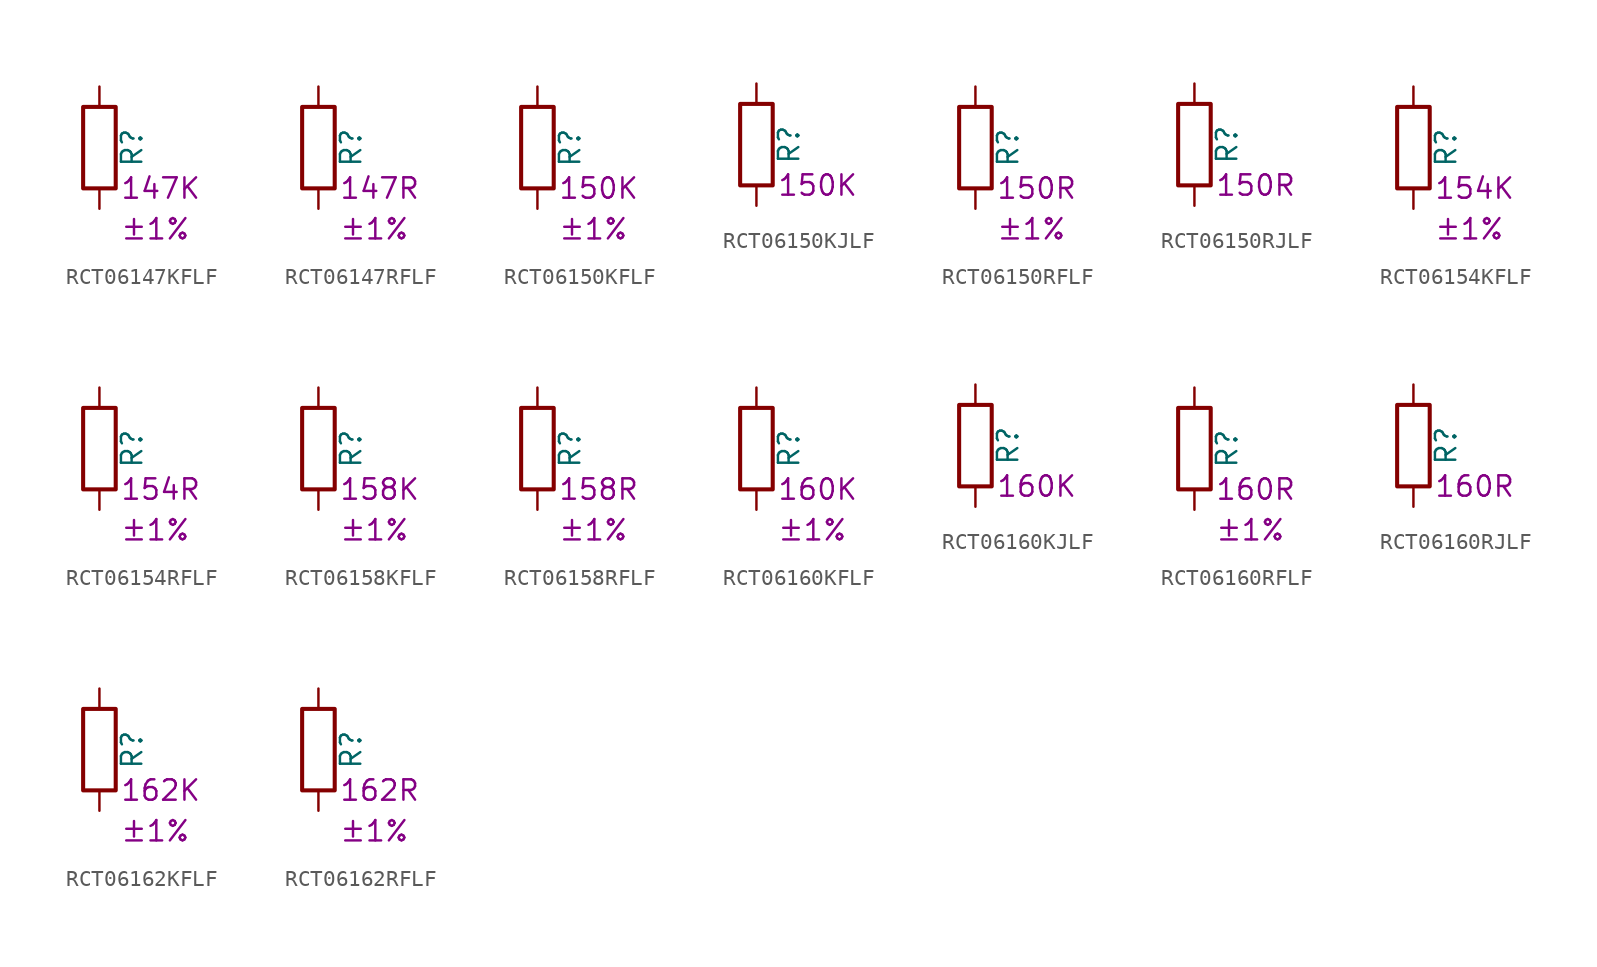
<source format=kicad_sym>
(kicad_symbol_lib
  (version 20220914)
  (generator kicad_symbol_editor)
  (symbol "RCT06147KFLF"
    (pin_numbers hide)
    (pin_names
      (offset 0))
    (property "Reference" "R"
      (at 2.032 0 90)
      (effects (font (size 1.27 1.27))))
    (property "Resistance" "147K"
      (at 1.27 -2.54 0)
      (effects (font (size 1.27 1.27)) (justify left)))
    (property "Tolerance" "±1%"
      (at 1.27 -5.08 0)
      (effects (font (size 1.27 1.27)) (justify left)))
    (symbol "RCT06147KFLF_0_1"
      (rectangle (start -1.016 -2.54) (end 1.016 2.54) (stroke (width 0.254) (type default)) (fill (type none))))
    (symbol "RCT06147KFLF_1_1"
      (pin passive line (at 0 3.81 270) (length 1.27) (name "~" (effects (font (size 1.27 1.27)))) (number "1" (effects (font (size 1.27 1.27)))))
      (pin passive line (at 0 -3.81 90) (length 1.27) (name "~" (effects (font (size 1.27 1.27)))) (number "2" (effects (font (size 1.27 1.27)))))))
  (symbol "RCT06147RFLF"
    (pin_numbers hide)
    (pin_names
      (offset 0))
    (property "Reference" "R"
      (at 2.032 0 90)
      (effects (font (size 1.27 1.27))))
    (property "Resistance" "147R"
      (at 1.27 -2.54 0)
      (effects (font (size 1.27 1.27)) (justify left)))
    (property "Tolerance" "±1%"
      (at 1.27 -5.08 0)
      (effects (font (size 1.27 1.27)) (justify left)))
    (symbol "RCT06147RFLF_0_1"
      (rectangle (start -1.016 -2.54) (end 1.016 2.54) (stroke (width 0.254) (type default)) (fill (type none))))
    (symbol "RCT06147RFLF_1_1"
      (pin passive line (at 0 3.81 270) (length 1.27) (name "~" (effects (font (size 1.27 1.27)))) (number "1" (effects (font (size 1.27 1.27)))))
      (pin passive line (at 0 -3.81 90) (length 1.27) (name "~" (effects (font (size 1.27 1.27)))) (number "2" (effects (font (size 1.27 1.27)))))))
  (symbol "RCT06150KFLF"
    (pin_numbers hide)
    (pin_names
      (offset 0))
    (property "Reference" "R"
      (at 2.032 0 90)
      (effects (font (size 1.27 1.27))))
    (property "Resistance" "150K"
      (at 1.27 -2.54 0)
      (effects (font (size 1.27 1.27)) (justify left)))
    (property "Tolerance" "±1%"
      (at 1.27 -5.08 0)
      (effects (font (size 1.27 1.27)) (justify left)))
    (symbol "RCT06150KFLF_0_1"
      (rectangle (start -1.016 -2.54) (end 1.016 2.54) (stroke (width 0.254) (type default)) (fill (type none))))
    (symbol "RCT06150KFLF_1_1"
      (pin passive line (at 0 3.81 270) (length 1.27) (name "~" (effects (font (size 1.27 1.27)))) (number "1" (effects (font (size 1.27 1.27)))))
      (pin passive line (at 0 -3.81 90) (length 1.27) (name "~" (effects (font (size 1.27 1.27)))) (number "2" (effects (font (size 1.27 1.27)))))))
  (symbol "RCT06150KJLF"
    (pin_numbers hide)
    (pin_names
      (offset 0))
    (property "Reference" "R"
      (at 2.032 0 90)
      (effects (font (size 1.27 1.27))))
    (property "Resistance" "150K"
      (at 1.27 -2.54 0)
      (effects (font (size 1.27 1.27)) (justify left)))
    (symbol "RCT06150KJLF_0_1"
      (rectangle (start -1.016 -2.54) (end 1.016 2.54) (stroke (width 0.254) (type default)) (fill (type none))))
    (symbol "RCT06150KJLF_1_1"
      (pin passive line (at 0 3.81 270) (length 1.27) (name "~" (effects (font (size 1.27 1.27)))) (number "1" (effects (font (size 1.27 1.27)))))
      (pin passive line (at 0 -3.81 90) (length 1.27) (name "~" (effects (font (size 1.27 1.27)))) (number "2" (effects (font (size 1.27 1.27)))))))
  (symbol "RCT06150RFLF"
    (pin_numbers hide)
    (pin_names
      (offset 0))
    (property "Reference" "R"
      (at 2.032 0 90)
      (effects (font (size 1.27 1.27))))
    (property "Resistance" "150R"
      (at 1.27 -2.54 0)
      (effects (font (size 1.27 1.27)) (justify left)))
    (property "Tolerance" "±1%"
      (at 1.27 -5.08 0)
      (effects (font (size 1.27 1.27)) (justify left)))
    (symbol "RCT06150RFLF_0_1"
      (rectangle (start -1.016 -2.54) (end 1.016 2.54) (stroke (width 0.254) (type default)) (fill (type none))))
    (symbol "RCT06150RFLF_1_1"
      (pin passive line (at 0 3.81 270) (length 1.27) (name "~" (effects (font (size 1.27 1.27)))) (number "1" (effects (font (size 1.27 1.27)))))
      (pin passive line (at 0 -3.81 90) (length 1.27) (name "~" (effects (font (size 1.27 1.27)))) (number "2" (effects (font (size 1.27 1.27)))))))
  (symbol "RCT06150RJLF"
    (pin_numbers hide)
    (pin_names
      (offset 0))
    (property "Reference" "R"
      (at 2.032 0 90)
      (effects (font (size 1.27 1.27))))
    (property "Resistance" "150R"
      (at 1.27 -2.54 0)
      (effects (font (size 1.27 1.27)) (justify left)))
    (symbol "RCT06150RJLF_0_1"
      (rectangle (start -1.016 -2.54) (end 1.016 2.54) (stroke (width 0.254) (type default)) (fill (type none))))
    (symbol "RCT06150RJLF_1_1"
      (pin passive line (at 0 3.81 270) (length 1.27) (name "~" (effects (font (size 1.27 1.27)))) (number "1" (effects (font (size 1.27 1.27)))))
      (pin passive line (at 0 -3.81 90) (length 1.27) (name "~" (effects (font (size 1.27 1.27)))) (number "2" (effects (font (size 1.27 1.27)))))))
  (symbol "RCT06154KFLF"
    (pin_numbers hide)
    (pin_names
      (offset 0))
    (property "Reference" "R"
      (at 2.032 0 90)
      (effects (font (size 1.27 1.27))))
    (property "Resistance" "154K"
      (at 1.27 -2.54 0)
      (effects (font (size 1.27 1.27)) (justify left)))
    (property "Tolerance" "±1%"
      (at 1.27 -5.08 0)
      (effects (font (size 1.27 1.27)) (justify left)))
    (symbol "RCT06154KFLF_0_1"
      (rectangle (start -1.016 -2.54) (end 1.016 2.54) (stroke (width 0.254) (type default)) (fill (type none))))
    (symbol "RCT06154KFLF_1_1"
      (pin passive line (at 0 3.81 270) (length 1.27) (name "~" (effects (font (size 1.27 1.27)))) (number "1" (effects (font (size 1.27 1.27)))))
      (pin passive line (at 0 -3.81 90) (length 1.27) (name "~" (effects (font (size 1.27 1.27)))) (number "2" (effects (font (size 1.27 1.27)))))))
  (symbol "RCT06154RFLF"
    (pin_numbers hide)
    (pin_names
      (offset 0))
    (property "Reference" "R"
      (at 2.032 0 90)
      (effects (font (size 1.27 1.27))))
    (property "Resistance" "154R"
      (at 1.27 -2.54 0)
      (effects (font (size 1.27 1.27)) (justify left)))
    (property "Tolerance" "±1%"
      (at 1.27 -5.08 0)
      (effects (font (size 1.27 1.27)) (justify left)))
    (symbol "RCT06154RFLF_0_1"
      (rectangle (start -1.016 -2.54) (end 1.016 2.54) (stroke (width 0.254) (type default)) (fill (type none))))
    (symbol "RCT06154RFLF_1_1"
      (pin passive line (at 0 3.81 270) (length 1.27) (name "~" (effects (font (size 1.27 1.27)))) (number "1" (effects (font (size 1.27 1.27)))))
      (pin passive line (at 0 -3.81 90) (length 1.27) (name "~" (effects (font (size 1.27 1.27)))) (number "2" (effects (font (size 1.27 1.27)))))))
  (symbol "RCT06158KFLF"
    (pin_numbers hide)
    (pin_names
      (offset 0))
    (property "Reference" "R"
      (at 2.032 0 90)
      (effects (font (size 1.27 1.27))))
    (property "Resistance" "158K"
      (at 1.27 -2.54 0)
      (effects (font (size 1.27 1.27)) (justify left)))
    (property "Tolerance" "±1%"
      (at 1.27 -5.08 0)
      (effects (font (size 1.27 1.27)) (justify left)))
    (symbol "RCT06158KFLF_0_1"
      (rectangle (start -1.016 -2.54) (end 1.016 2.54) (stroke (width 0.254) (type default)) (fill (type none))))
    (symbol "RCT06158KFLF_1_1"
      (pin passive line (at 0 3.81 270) (length 1.27) (name "~" (effects (font (size 1.27 1.27)))) (number "1" (effects (font (size 1.27 1.27)))))
      (pin passive line (at 0 -3.81 90) (length 1.27) (name "~" (effects (font (size 1.27 1.27)))) (number "2" (effects (font (size 1.27 1.27)))))))
  (symbol "RCT06158RFLF"
    (pin_numbers hide)
    (pin_names
      (offset 0))
    (property "Reference" "R"
      (at 2.032 0 90)
      (effects (font (size 1.27 1.27))))
    (property "Resistance" "158R"
      (at 1.27 -2.54 0)
      (effects (font (size 1.27 1.27)) (justify left)))
    (property "Tolerance" "±1%"
      (at 1.27 -5.08 0)
      (effects (font (size 1.27 1.27)) (justify left)))
    (symbol "RCT06158RFLF_0_1"
      (rectangle (start -1.016 -2.54) (end 1.016 2.54) (stroke (width 0.254) (type default)) (fill (type none))))
    (symbol "RCT06158RFLF_1_1"
      (pin passive line (at 0 3.81 270) (length 1.27) (name "~" (effects (font (size 1.27 1.27)))) (number "1" (effects (font (size 1.27 1.27)))))
      (pin passive line (at 0 -3.81 90) (length 1.27) (name "~" (effects (font (size 1.27 1.27)))) (number "2" (effects (font (size 1.27 1.27)))))))
  (symbol "RCT06160KFLF"
    (pin_numbers hide)
    (pin_names
      (offset 0))
    (property "Reference" "R"
      (at 2.032 0 90)
      (effects (font (size 1.27 1.27))))
    (property "Resistance" "160K"
      (at 1.27 -2.54 0)
      (effects (font (size 1.27 1.27)) (justify left)))
    (property "Tolerance" "±1%"
      (at 1.27 -5.08 0)
      (effects (font (size 1.27 1.27)) (justify left)))
    (symbol "RCT06160KFLF_0_1"
      (rectangle (start -1.016 -2.54) (end 1.016 2.54) (stroke (width 0.254) (type default)) (fill (type none))))
    (symbol "RCT06160KFLF_1_1"
      (pin passive line (at 0 3.81 270) (length 1.27) (name "~" (effects (font (size 1.27 1.27)))) (number "1" (effects (font (size 1.27 1.27)))))
      (pin passive line (at 0 -3.81 90) (length 1.27) (name "~" (effects (font (size 1.27 1.27)))) (number "2" (effects (font (size 1.27 1.27)))))))
  (symbol "RCT06160KJLF"
    (pin_numbers hide)
    (pin_names
      (offset 0))
    (property "Reference" "R"
      (at 2.032 0 90)
      (effects (font (size 1.27 1.27))))
    (property "Resistance" "160K"
      (at 1.27 -2.54 0)
      (effects (font (size 1.27 1.27)) (justify left)))
    (symbol "RCT06160KJLF_0_1"
      (rectangle (start -1.016 -2.54) (end 1.016 2.54) (stroke (width 0.254) (type default)) (fill (type none))))
    (symbol "RCT06160KJLF_1_1"
      (pin passive line (at 0 3.81 270) (length 1.27) (name "~" (effects (font (size 1.27 1.27)))) (number "1" (effects (font (size 1.27 1.27)))))
      (pin passive line (at 0 -3.81 90) (length 1.27) (name "~" (effects (font (size 1.27 1.27)))) (number "2" (effects (font (size 1.27 1.27)))))))
  (symbol "RCT06160RFLF"
    (pin_numbers hide)
    (pin_names
      (offset 0))
    (property "Reference" "R"
      (at 2.032 0 90)
      (effects (font (size 1.27 1.27))))
    (property "Resistance" "160R"
      (at 1.27 -2.54 0)
      (effects (font (size 1.27 1.27)) (justify left)))
    (property "Tolerance" "±1%"
      (at 1.27 -5.08 0)
      (effects (font (size 1.27 1.27)) (justify left)))
    (symbol "RCT06160RFLF_0_1"
      (rectangle (start -1.016 -2.54) (end 1.016 2.54) (stroke (width 0.254) (type default)) (fill (type none))))
    (symbol "RCT06160RFLF_1_1"
      (pin passive line (at 0 3.81 270) (length 1.27) (name "~" (effects (font (size 1.27 1.27)))) (number "1" (effects (font (size 1.27 1.27)))))
      (pin passive line (at 0 -3.81 90) (length 1.27) (name "~" (effects (font (size 1.27 1.27)))) (number "2" (effects (font (size 1.27 1.27)))))))
  (symbol "RCT06160RJLF"
    (pin_numbers hide)
    (pin_names
      (offset 0))
    (property "Reference" "R"
      (at 2.032 0 90)
      (effects (font (size 1.27 1.27))))
    (property "Resistance" "160R"
      (at 1.27 -2.54 0)
      (effects (font (size 1.27 1.27)) (justify left)))
    (symbol "RCT06160RJLF_0_1"
      (rectangle (start -1.016 -2.54) (end 1.016 2.54) (stroke (width 0.254) (type default)) (fill (type none))))
    (symbol "RCT06160RJLF_1_1"
      (pin passive line (at 0 3.81 270) (length 1.27) (name "~" (effects (font (size 1.27 1.27)))) (number "1" (effects (font (size 1.27 1.27)))))
      (pin passive line (at 0 -3.81 90) (length 1.27) (name "~" (effects (font (size 1.27 1.27)))) (number "2" (effects (font (size 1.27 1.27)))))))
  (symbol "RCT06162KFLF"
    (pin_numbers hide)
    (pin_names
      (offset 0))
    (property "Reference" "R"
      (at 2.032 0 90)
      (effects (font (size 1.27 1.27))))
    (property "Resistance" "162K"
      (at 1.27 -2.54 0)
      (effects (font (size 1.27 1.27)) (justify left)))
    (property "Tolerance" "±1%"
      (at 1.27 -5.08 0)
      (effects (font (size 1.27 1.27)) (justify left)))
    (symbol "RCT06162KFLF_0_1"
      (rectangle (start -1.016 -2.54) (end 1.016 2.54) (stroke (width 0.254) (type default)) (fill (type none))))
    (symbol "RCT06162KFLF_1_1"
      (pin passive line (at 0 3.81 270) (length 1.27) (name "~" (effects (font (size 1.27 1.27)))) (number "1" (effects (font (size 1.27 1.27)))))
      (pin passive line (at 0 -3.81 90) (length 1.27) (name "~" (effects (font (size 1.27 1.27)))) (number "2" (effects (font (size 1.27 1.27)))))))
  (symbol "RCT06162RFLF"
    (pin_numbers hide)
    (pin_names
      (offset 0))
    (property "Reference" "R"
      (at 2.032 0 90)
      (effects (font (size 1.27 1.27))))
    (property "Resistance" "162R"
      (at 1.27 -2.54 0)
      (effects (font (size 1.27 1.27)) (justify left)))
    (property "Tolerance" "±1%"
      (at 1.27 -5.08 0)
      (effects (font (size 1.27 1.27)) (justify left)))
    (symbol "RCT06162RFLF_0_1"
      (rectangle (start -1.016 -2.54) (end 1.016 2.54) (stroke (width 0.254) (type default)) (fill (type none))))
    (symbol "RCT06162RFLF_1_1"
      (pin passive line (at 0 3.81 270) (length 1.27) (name "~" (effects (font (size 1.27 1.27)))) (number "1" (effects (font (size 1.27 1.27)))))
      (pin passive line (at 0 -3.81 90) (length 1.27) (name "~" (effects (font (size 1.27 1.27)))) (number "2" (effects (font (size 1.27 1.27))))))))
</source>
